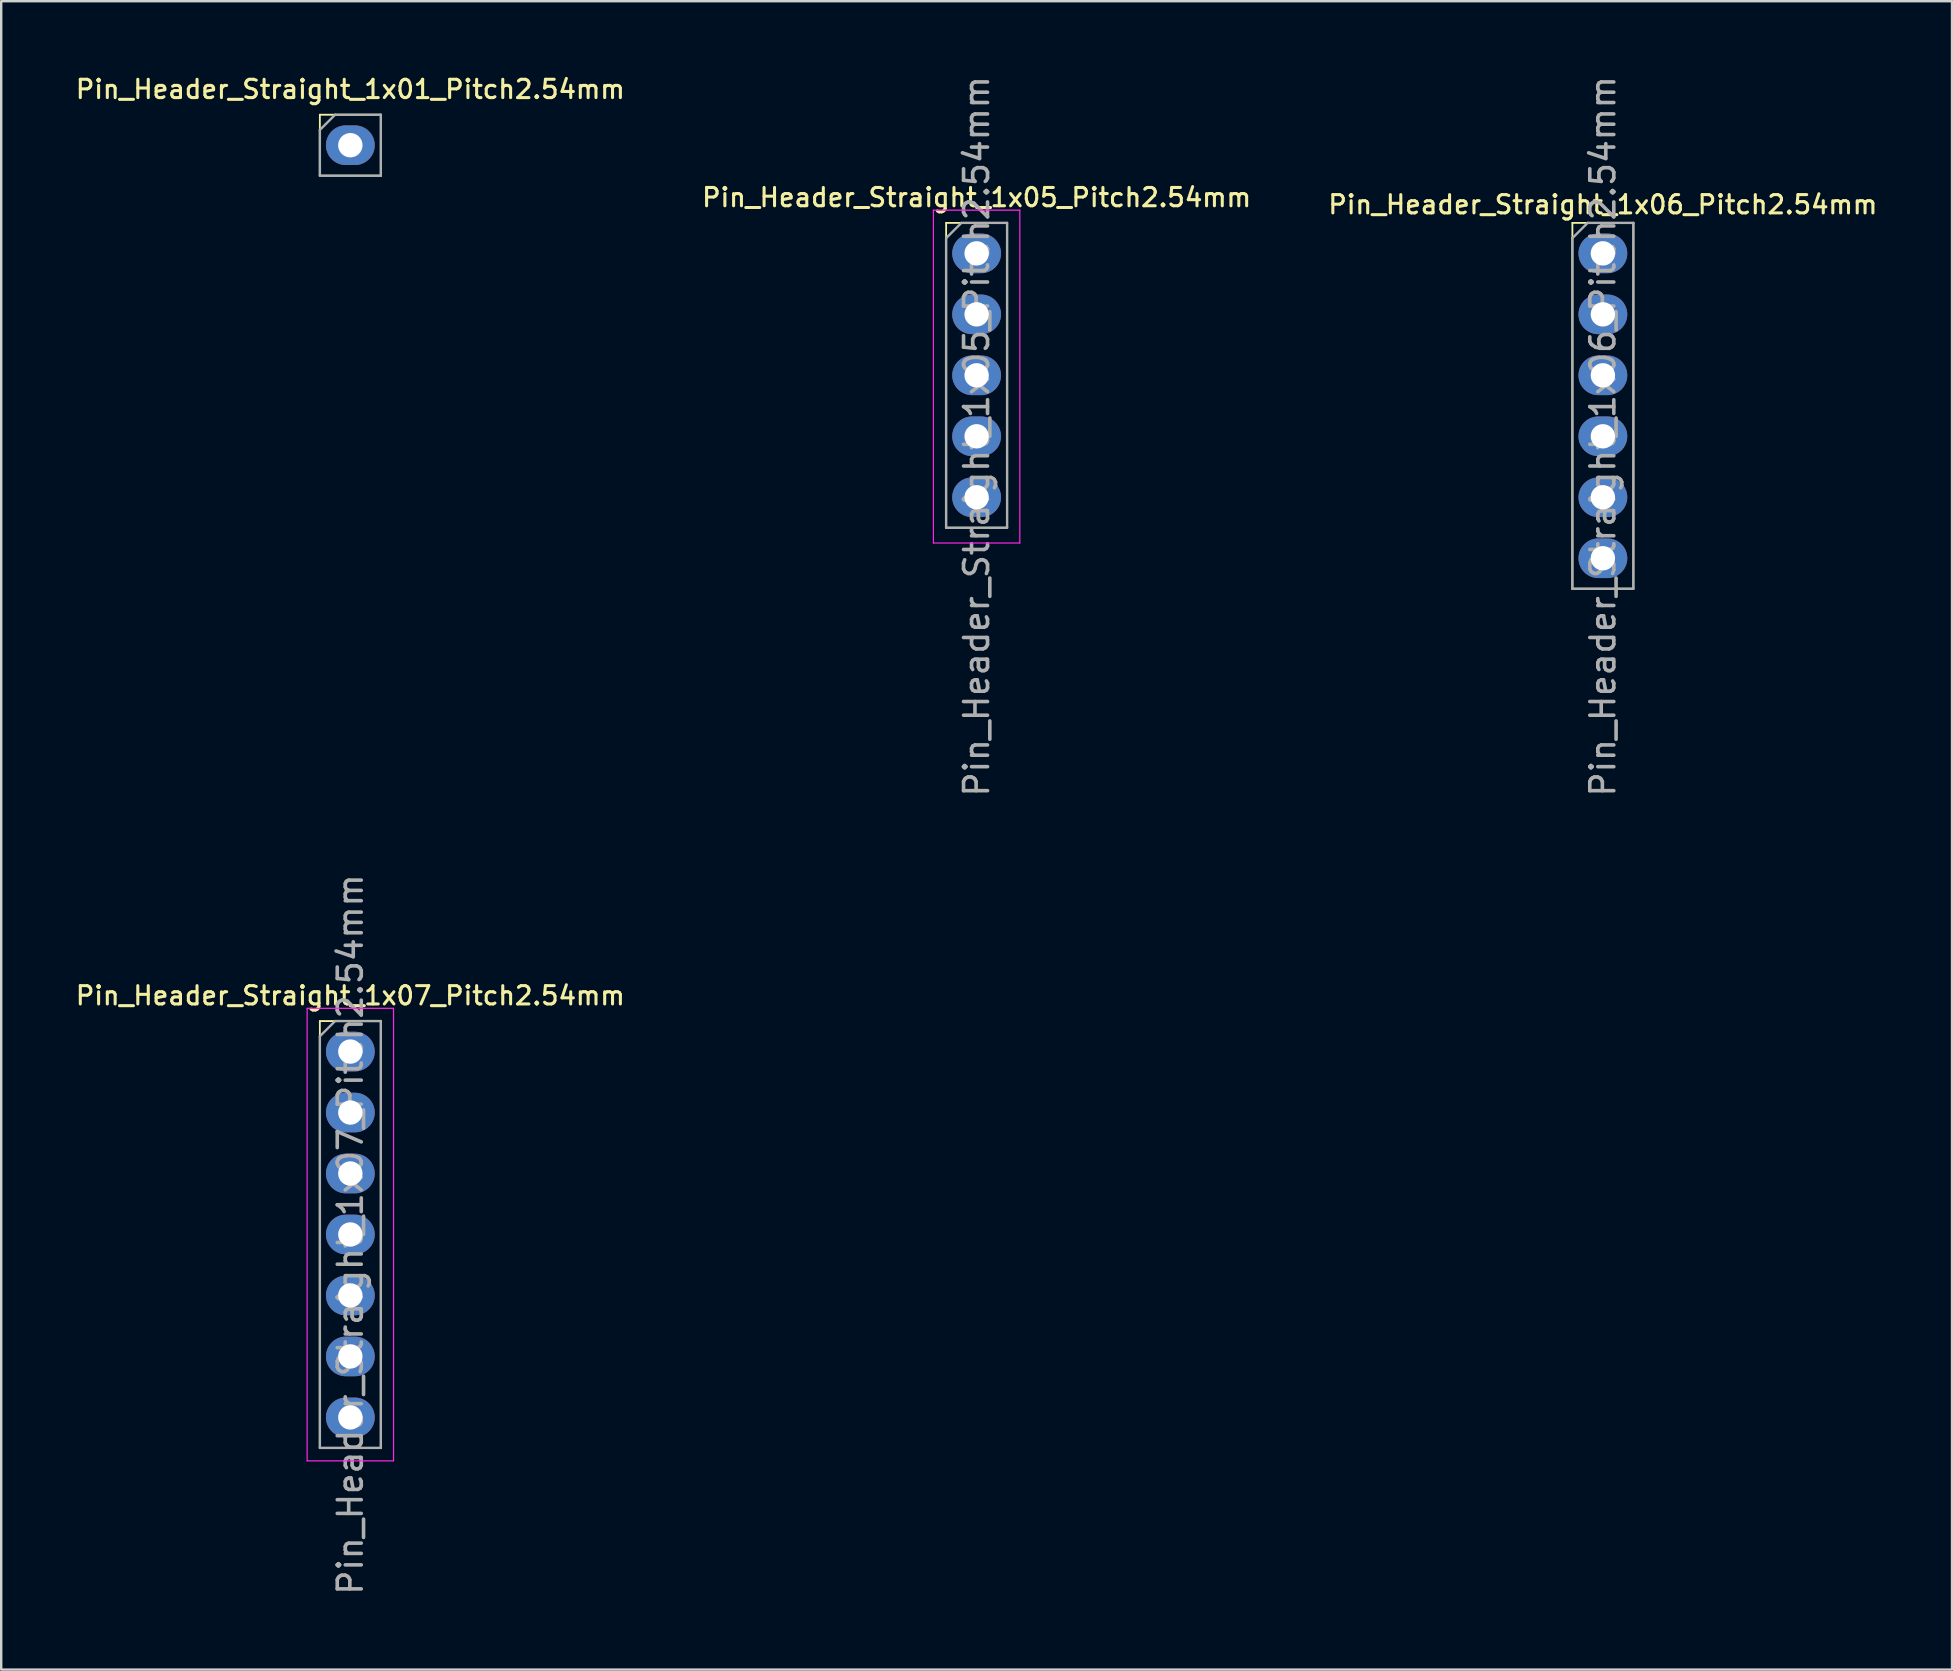
<source format=kicad_pcb>
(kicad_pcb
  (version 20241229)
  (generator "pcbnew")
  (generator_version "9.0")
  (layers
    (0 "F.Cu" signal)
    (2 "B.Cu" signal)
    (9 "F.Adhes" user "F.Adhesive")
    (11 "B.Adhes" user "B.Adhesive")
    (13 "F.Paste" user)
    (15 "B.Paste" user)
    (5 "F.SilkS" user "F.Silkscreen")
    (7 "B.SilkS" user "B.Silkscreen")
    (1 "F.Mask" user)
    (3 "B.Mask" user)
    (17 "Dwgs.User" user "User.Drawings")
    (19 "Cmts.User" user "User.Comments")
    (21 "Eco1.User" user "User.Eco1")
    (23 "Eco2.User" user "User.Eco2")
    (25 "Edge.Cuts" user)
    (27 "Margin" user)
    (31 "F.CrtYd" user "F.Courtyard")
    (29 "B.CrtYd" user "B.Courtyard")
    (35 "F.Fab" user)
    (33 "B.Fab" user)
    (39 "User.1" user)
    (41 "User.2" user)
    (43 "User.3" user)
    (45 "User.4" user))
  (footprint "Pin_Header_Straight_1x07_Pitch2.54mm"
    (layer "F.Cu")
    (at 11.544 40.755)
    (property "Reference" "Pin_Header_Straight_1x07_Pitch2.54mm" (at 0 -2.33 0) (layer "F.SilkS") (effects (font (size 0.762 0.762) (thickness 0.127))))
    (attr through_hole)
    (fp_line (start -1.27 -1.27) (end -1.27 16.51) (stroke (width 0.076) (type solid)) (layer "F.SilkS"))
    (fp_line (start -1.27 -1.27) (end 1.27 -1.27) (stroke (width 0.076) (type solid)) (layer "F.SilkS"))
    (fp_line (start -1.27 16.51) (end 1.27 16.51) (stroke (width 0.076) (type solid)) (layer "F.SilkS"))
    (fp_line (start 1.27 -1.27) (end 1.27 16.51) (stroke (width 0.076) (type solid)) (layer "F.SilkS"))
    (fp_line (start -1.8 -1.8) (end -1.8 17.05) (stroke (width 0.05) (type solid)) (layer "F.CrtYd"))
    (fp_line (start -1.8 17.05) (end 1.8 17.05) (stroke (width 0.05) (type solid)) (layer "F.CrtYd"))
    (fp_line (start 1.8 -1.8) (end -1.8 -1.8) (stroke (width 0.05) (type solid)) (layer "F.CrtYd"))
    (fp_line (start 1.8 17.05) (end 1.8 -1.8) (stroke (width 0.05) (type solid)) (layer "F.CrtYd"))
    (fp_line (start -1.27 -0.635) (end -0.635 -1.27) (stroke (width 0.1) (type solid)) (layer "F.Fab"))
    (fp_line (start -1.27 16.51) (end -1.27 -0.635) (stroke (width 0.1) (type solid)) (layer "F.Fab"))
    (fp_line (start -0.635 -1.27) (end 1.27 -1.27) (stroke (width 0.1) (type solid)) (layer "F.Fab"))
    (fp_line (start 1.27 -1.27) (end 1.27 16.51) (stroke (width 0.1) (type solid)) (layer "F.Fab"))
    (fp_line (start 1.27 16.51) (end -1.27 16.51) (stroke (width 0.1) (type solid)) (layer "F.Fab"))
    (fp_text user "${REFERENCE}" (at 0 7.62 90) (layer "F.Fab") (effects (font (size 1 1) (thickness 0.15))))
    (pad "1" thru_hole oval (at 0 0) (size 2.032 1.651) (drill 1.016) (layers "*.Cu" "*.Mask"))
    (pad "2" thru_hole oval (at 0 2.54) (size 2.032 1.651) (drill 1.016) (layers "*.Cu" "*.Mask"))
    (pad "3" thru_hole oval (at 0 5.08) (size 2.032 1.651) (drill 1.016) (layers "*.Cu" "*.Mask"))
    (pad "4" thru_hole oval (at 0 7.62) (size 2.032 1.651) (drill 1.016) (layers "*.Cu" "*.Mask"))
    (pad "5" thru_hole oval (at 0 10.16) (size 2.032 1.651) (drill 1.016) (layers "*.Cu" "*.Mask"))
    (pad "6" thru_hole oval (at 0 12.7) (size 2.032 1.651) (drill 1.016) (layers "*.Cu" "*.Mask"))
    (pad "7" thru_hole oval (at 0 15.24) (size 2.032 1.651) (drill 1.016) (layers "*.Cu" "*.Mask")))
  (footprint "Pin_Header_Straight_1x05_Pitch2.54mm"
    (layer "F.Cu")
    (at 37.633 7.505)
    (property "Reference" "Pin_Header_Straight_1x05_Pitch2.54mm" (at 0 -2.33 0) (layer "F.SilkS") (effects (font (size 0.762 0.762) (thickness 0.127))))
    (attr through_hole)
    (fp_line (start -1.27 -1.27) (end -1.27 11.43) (stroke (width 0.076) (type solid)) (layer "F.SilkS"))
    (fp_line (start -1.27 -1.27) (end 1.27 -1.27) (stroke (width 0.076) (type solid)) (layer "F.SilkS"))
    (fp_line (start -1.27 11.43) (end 1.27 11.43) (stroke (width 0.076) (type solid)) (layer "F.SilkS"))
    (fp_line (start 1.27 -1.27) (end 1.27 11.43) (stroke (width 0.076) (type solid)) (layer "F.SilkS"))
    (fp_line (start -1.8 -1.8) (end -1.8 12.065) (stroke (width 0.05) (type solid)) (layer "F.CrtYd"))
    (fp_line (start -1.8 12.065) (end 1.8 12.065) (stroke (width 0.05) (type solid)) (layer "F.CrtYd"))
    (fp_line (start 1.8 -1.8) (end -1.8 -1.8) (stroke (width 0.05) (type solid)) (layer "F.CrtYd"))
    (fp_line (start 1.8 12.065) (end 1.8 -1.8) (stroke (width 0.05) (type solid)) (layer "F.CrtYd"))
    (fp_line (start -1.27 -0.635) (end -0.635 -1.27) (stroke (width 0.1) (type solid)) (layer "F.Fab"))
    (fp_line (start -1.27 11.43) (end -1.27 -0.635) (stroke (width 0.1) (type solid)) (layer "F.Fab"))
    (fp_line (start -0.635 -1.27) (end 1.27 -1.27) (stroke (width 0.1) (type solid)) (layer "F.Fab"))
    (fp_line (start 1.27 -1.27) (end 1.27 11.43) (stroke (width 0.1) (type solid)) (layer "F.Fab"))
    (fp_line (start 1.27 11.43) (end -1.27 11.43) (stroke (width 0.1) (type solid)) (layer "F.Fab"))
    (fp_text user "${REFERENCE}" (at 0 7.62 90) (layer "F.Fab") (effects (font (size 1 1) (thickness 0.15))))
    (pad "1" thru_hole oval (at 0 0) (size 2.032 1.651) (drill 1.016) (layers "*.Cu" "*.Mask"))
    (pad "2" thru_hole oval (at 0 2.54) (size 2.032 1.651) (drill 1.016) (layers "*.Cu" "*.Mask"))
    (pad "3" thru_hole oval (at 0 5.08) (size 2.032 1.651) (drill 1.016) (layers "*.Cu" "*.Mask"))
    (pad "4" thru_hole oval (at 0 7.62) (size 2.032 1.651) (drill 1.016) (layers "*.Cu" "*.Mask"))
    (pad "5" thru_hole oval (at 0 10.16) (size 2.032 1.651) (drill 1.016) (layers "*.Cu" "*.Mask")))
  (footprint "Pin_Header_Straight_1x01_Pitch2.54mm"
    (layer "F.Cu")
    (at 11.544 2.999)
    (property "Reference" "Pin_Header_Straight_1x01_Pitch2.54mm" (at 0 -2.33 0) (layer "F.SilkS") (effects (font (size 0.762 0.762) (thickness 0.127))))
    (attr through_hole)
    (fp_line (start -1.27 -1.27) (end -1.27 1.27) (stroke (width 0.076) (type solid)) (layer "F.SilkS"))
    (fp_line (start -1.27 -1.27) (end 1.27 -1.27) (stroke (width 0.076) (type solid)) (layer "F.SilkS"))
    (fp_line (start -1.27 1.27) (end 1.27 1.27) (stroke (width 0.076) (type solid)) (layer "F.SilkS"))
    (fp_line (start 1.27 -1.27) (end 1.27 1.27) (stroke (width 0.076) (type solid)) (layer "F.SilkS"))
    (fp_line (start -1.27 -0.635) (end -0.635 -1.27) (stroke (width 0.1) (type solid)) (layer "F.Fab"))
    (fp_line (start -1.27 1.27) (end -1.27 -0.635) (stroke (width 0.1) (type solid)) (layer "F.Fab"))
    (fp_line (start -0.635 -1.27) (end 1.27 -1.27) (stroke (width 0.1) (type solid)) (layer "F.Fab"))
    (fp_line (start 1.27 -1.27) (end 1.27 1.27) (stroke (width 0.1) (type solid)) (layer "F.Fab"))
    (fp_line (start 1.27 1.27) (end -1.27 1.27) (stroke (width 0.1) (type solid)) (layer "F.Fab"))
    (pad "1" thru_hole oval (at 0 0) (size 2.032 1.651) (drill 1.016) (layers "*.Cu" "*.Mask")))
  (footprint "Pin_Header_Straight_1x06_Pitch2.54mm"
    (layer "F.Cu")
    (at 63.721 7.505)
    (property "Reference" "Pin_Header_Straight_1x06_Pitch2.54mm" (at 0 -2.032 0) (layer "F.SilkS") (effects (font (size 0.762 0.762) (thickness 0.127))))
    (attr through_hole)
    (fp_line (start -1.27 -1.27) (end -1.27 13.97) (stroke (width 0.076) (type solid)) (layer "F.SilkS"))
    (fp_line (start -1.27 -1.27) (end 1.27 -1.27) (stroke (width 0.076) (type solid)) (layer "F.SilkS"))
    (fp_line (start -1.27 13.97) (end 1.27 13.97) (stroke (width 0.076) (type solid)) (layer "F.SilkS"))
    (fp_line (start 1.27 -1.27) (end 1.27 13.97) (stroke (width 0.076) (type solid)) (layer "F.SilkS"))
    (fp_line (start -1.27 -0.635) (end -0.635 -1.27) (stroke (width 0.1) (type solid)) (layer "F.Fab"))
    (fp_line (start -1.27 13.97) (end -1.27 -0.635) (stroke (width 0.1) (type solid)) (layer "F.Fab"))
    (fp_line (start -0.635 -1.27) (end 1.27 -1.27) (stroke (width 0.1) (type solid)) (layer "F.Fab"))
    (fp_line (start 1.27 -1.27) (end 1.27 13.97) (stroke (width 0.1) (type solid)) (layer "F.Fab"))
    (fp_line (start 1.27 13.97) (end -1.27 13.97) (stroke (width 0.1) (type solid)) (layer "F.Fab"))
    (fp_text user "${REFERENCE}" (at 0 7.62 90) (layer "F.Fab") (effects (font (size 1 1) (thickness 0.15))))
    (pad "1" thru_hole oval (at 0 0) (size 2.032 1.651) (drill 1.016) (layers "*.Cu" "*.Mask"))
    (pad "2" thru_hole oval (at 0 2.54) (size 2.032 1.651) (drill 1.016) (layers "*.Cu" "*.Mask"))
    (pad "3" thru_hole oval (at 0 5.08) (size 2.032 1.651) (drill 1.016) (layers "*.Cu" "*.Mask"))
    (pad "4" thru_hole oval (at 0 7.62) (size 2.032 1.651) (drill 1.016) (layers "*.Cu" "*.Mask"))
    (pad "5" thru_hole oval (at 0 10.16) (size 2.032 1.651) (drill 1.016) (layers "*.Cu" "*.Mask"))
    (pad "6" thru_hole oval (at 0 12.7) (size 2.032 1.651) (drill 1.016) (layers "*.Cu" "*.Mask")))
  (gr_rect
    (start -3 -3)
    (end 78.266 66.5)
    (stroke (width 0.1) (type default))
    (fill no)
    (layer "Edge.Cuts")))
</source>
